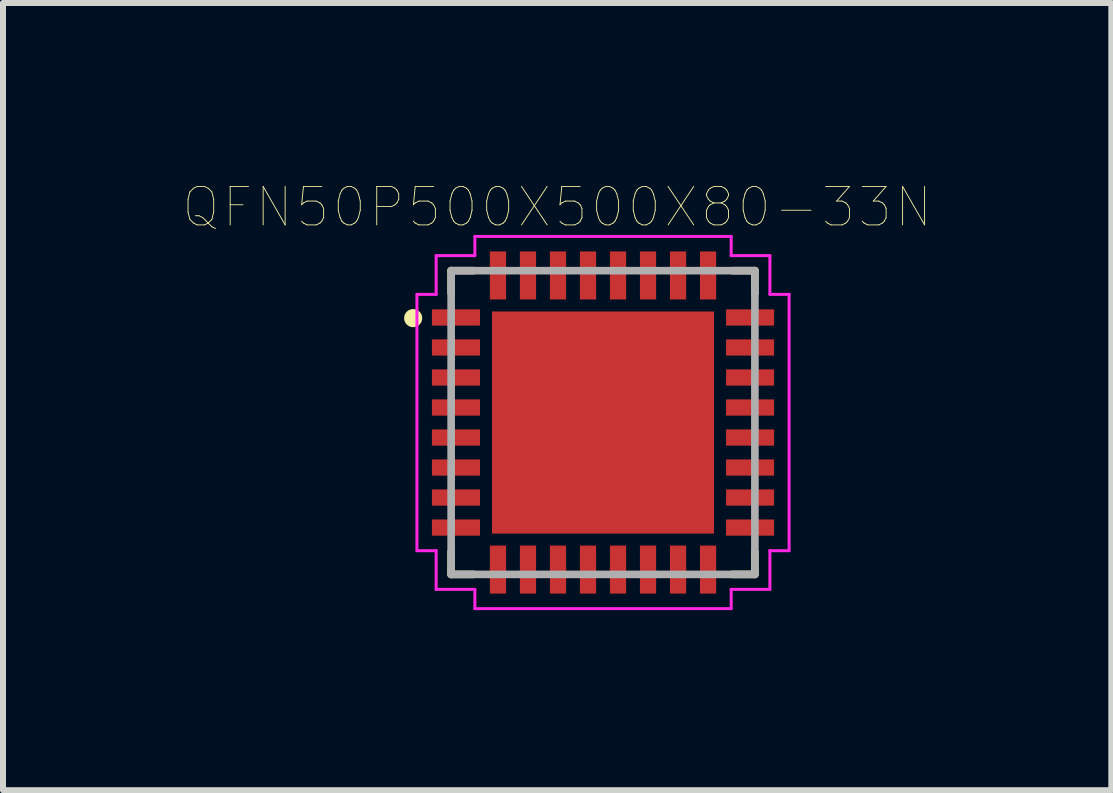
<source format=kicad_pcb>
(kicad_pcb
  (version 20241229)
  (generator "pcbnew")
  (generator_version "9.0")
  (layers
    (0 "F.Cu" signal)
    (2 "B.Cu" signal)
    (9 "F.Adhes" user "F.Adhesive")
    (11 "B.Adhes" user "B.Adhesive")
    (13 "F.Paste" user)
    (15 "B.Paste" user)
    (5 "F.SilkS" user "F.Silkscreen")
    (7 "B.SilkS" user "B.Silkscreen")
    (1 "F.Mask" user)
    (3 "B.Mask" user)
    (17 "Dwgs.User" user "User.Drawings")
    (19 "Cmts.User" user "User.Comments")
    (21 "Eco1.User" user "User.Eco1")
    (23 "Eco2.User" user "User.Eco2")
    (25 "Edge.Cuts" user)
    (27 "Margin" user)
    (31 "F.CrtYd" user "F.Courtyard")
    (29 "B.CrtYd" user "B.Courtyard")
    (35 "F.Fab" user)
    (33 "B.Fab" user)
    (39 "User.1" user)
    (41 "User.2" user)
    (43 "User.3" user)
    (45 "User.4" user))
  (footprint "QFN50P500X500X80-33N"
    (layer "F.Cu")
    (at 6.996 3.989)
    (property "Reference" "QFN50P500X500X80-33N" (at -0.763 -3.588 0) (layer "F.SilkS") (effects (font (size 0.641 0.641) (thickness 0.015))))
    (attr through_hole)
    (fp_line (start -2.53 -2.53) (end -2.156 -2.53) (stroke (width 0.127) (type solid)) (layer "F.SilkS"))
    (fp_line (start -2.53 -2.156) (end -2.53 -2.53) (stroke (width 0.127) (type solid)) (layer "F.SilkS"))
    (fp_line (start -2.53 2.53) (end -2.53 2.156) (stroke (width 0.127) (type solid)) (layer "F.SilkS"))
    (fp_line (start -2.156 2.53) (end -2.53 2.53) (stroke (width 0.127) (type solid)) (layer "F.SilkS"))
    (fp_line (start 2.156 -2.53) (end 2.53 -2.53) (stroke (width 0.127) (type solid)) (layer "F.SilkS"))
    (fp_line (start 2.53 -2.53) (end 2.53 -2.156) (stroke (width 0.127) (type solid)) (layer "F.SilkS"))
    (fp_line (start 2.53 2.156) (end 2.53 2.53) (stroke (width 0.127) (type solid)) (layer "F.SilkS"))
    (fp_line (start 2.53 2.53) (end 2.156 2.53) (stroke (width 0.127) (type solid)) (layer "F.SilkS"))
    (fp_circle (center -3.163 -1.739) (end -3.087 -1.739) (stroke (width 0.15) (type solid)) (fill no) (layer "F.SilkS"))
    (fp_poly (pts (xy -1.172 -1.17) (xy 1.17 -1.17) (xy 1.17 1.172) (xy -1.172 1.172)) (stroke (width 0.01) (type solid)) (fill yes) (layer "F.Paste"))
    (fp_line (start -3.1 -2.135) (end -2.78 -2.135) (stroke (width 0.05) (type solid)) (layer "F.CrtYd"))
    (fp_line (start -3.1 2.135) (end -3.1 -2.135) (stroke (width 0.05) (type solid)) (layer "F.CrtYd"))
    (fp_line (start -2.78 -2.78) (end -2.135 -2.78) (stroke (width 0.05) (type solid)) (layer "F.CrtYd"))
    (fp_line (start -2.78 -2.135) (end -2.78 -2.78) (stroke (width 0.05) (type solid)) (layer "F.CrtYd"))
    (fp_line (start -2.78 2.135) (end -3.1 2.135) (stroke (width 0.05) (type solid)) (layer "F.CrtYd"))
    (fp_line (start -2.78 2.78) (end -2.78 2.135) (stroke (width 0.05) (type solid)) (layer "F.CrtYd"))
    (fp_line (start -2.135 -3.1) (end 2.135 -3.1) (stroke (width 0.05) (type solid)) (layer "F.CrtYd"))
    (fp_line (start -2.135 -2.78) (end -2.135 -3.1) (stroke (width 0.05) (type solid)) (layer "F.CrtYd"))
    (fp_line (start -2.135 2.78) (end -2.78 2.78) (stroke (width 0.05) (type solid)) (layer "F.CrtYd"))
    (fp_line (start -2.135 3.1) (end -2.135 2.78) (stroke (width 0.05) (type solid)) (layer "F.CrtYd"))
    (fp_line (start 2.135 -3.1) (end 2.135 -2.78) (stroke (width 0.05) (type solid)) (layer "F.CrtYd"))
    (fp_line (start 2.135 -2.78) (end 2.78 -2.78) (stroke (width 0.05) (type solid)) (layer "F.CrtYd"))
    (fp_line (start 2.135 2.78) (end 2.135 3.1) (stroke (width 0.05) (type solid)) (layer "F.CrtYd"))
    (fp_line (start 2.135 3.1) (end -2.135 3.1) (stroke (width 0.05) (type solid)) (layer "F.CrtYd"))
    (fp_line (start 2.78 -2.78) (end 2.78 -2.135) (stroke (width 0.05) (type solid)) (layer "F.CrtYd"))
    (fp_line (start 2.78 -2.135) (end 3.1 -2.135) (stroke (width 0.05) (type solid)) (layer "F.CrtYd"))
    (fp_line (start 2.78 2.135) (end 2.78 2.78) (stroke (width 0.05) (type solid)) (layer "F.CrtYd"))
    (fp_line (start 2.78 2.78) (end 2.135 2.78) (stroke (width 0.05) (type solid)) (layer "F.CrtYd"))
    (fp_line (start 3.1 -2.135) (end 3.1 2.135) (stroke (width 0.05) (type solid)) (layer "F.CrtYd"))
    (fp_line (start 3.1 2.135) (end 2.78 2.135) (stroke (width 0.05) (type solid)) (layer "F.CrtYd"))
    (fp_line (start -2.53 -2.53) (end -2.53 2.53) (stroke (width 0.127) (type solid)) (layer "F.Fab"))
    (fp_line (start -2.53 2.53) (end 2.53 2.53) (stroke (width 0.127) (type solid)) (layer "F.Fab"))
    (fp_line (start 2.53 -2.53) (end -2.53 -2.53) (stroke (width 0.127) (type solid)) (layer "F.Fab"))
    (fp_line (start 2.53 2.53) (end 2.53 -2.53) (stroke (width 0.127) (type solid)) (layer "F.Fab"))
    (pad "1" smd rect (at -2.45 -1.75) (size 0.8 0.27) (layers "F.Cu" "F.Mask" "F.Paste"))
    (pad "2" smd rect (at -2.45 -1.25) (size 0.8 0.27) (layers "F.Cu" "F.Mask" "F.Paste"))
    (pad "3" smd rect (at -2.45 -0.75) (size 0.8 0.27) (layers "F.Cu" "F.Mask" "F.Paste"))
    (pad "4" smd rect (at -2.45 -0.25) (size 0.8 0.27) (layers "F.Cu" "F.Mask" "F.Paste"))
    (pad "5" smd rect (at -2.45 0.25) (size 0.8 0.27) (layers "F.Cu" "F.Mask" "F.Paste"))
    (pad "6" smd rect (at -2.45 0.75) (size 0.8 0.27) (layers "F.Cu" "F.Mask" "F.Paste"))
    (pad "7" smd rect (at -2.45 1.25) (size 0.8 0.27) (layers "F.Cu" "F.Mask" "F.Paste"))
    (pad "8" smd rect (at -2.45 1.75) (size 0.8 0.27) (layers "F.Cu" "F.Mask" "F.Paste"))
    (pad "9" smd rect (at -1.75 2.45) (size 0.27 0.8) (layers "F.Cu" "F.Mask" "F.Paste"))
    (pad "10" smd rect (at -1.25 2.45) (size 0.27 0.8) (layers "F.Cu" "F.Mask" "F.Paste"))
    (pad "11" smd rect (at -0.75 2.45) (size 0.27 0.8) (layers "F.Cu" "F.Mask" "F.Paste"))
    (pad "12" smd rect (at -0.25 2.45) (size 0.27 0.8) (layers "F.Cu" "F.Mask" "F.Paste"))
    (pad "13" smd rect (at 0.25 2.45) (size 0.27 0.8) (layers "F.Cu" "F.Mask" "F.Paste"))
    (pad "14" smd rect (at 0.75 2.45) (size 0.27 0.8) (layers "F.Cu" "F.Mask" "F.Paste"))
    (pad "15" smd rect (at 1.25 2.45) (size 0.27 0.8) (layers "F.Cu" "F.Mask" "F.Paste"))
    (pad "16" smd rect (at 1.75 2.45) (size 0.27 0.8) (layers "F.Cu" "F.Mask" "F.Paste"))
    (pad "17" smd rect (at 2.45 1.75) (size 0.8 0.27) (layers "F.Cu" "F.Mask" "F.Paste"))
    (pad "18" smd rect (at 2.45 1.25) (size 0.8 0.27) (layers "F.Cu" "F.Mask" "F.Paste"))
    (pad "19" smd rect (at 2.45 0.75) (size 0.8 0.27) (layers "F.Cu" "F.Mask" "F.Paste"))
    (pad "20" smd rect (at 2.45 0.25) (size 0.8 0.27) (layers "F.Cu" "F.Mask" "F.Paste"))
    (pad "21" smd rect (at 2.45 -0.25) (size 0.8 0.27) (layers "F.Cu" "F.Mask" "F.Paste"))
    (pad "22" smd rect (at 2.45 -0.75) (size 0.8 0.27) (layers "F.Cu" "F.Mask" "F.Paste"))
    (pad "23" smd rect (at 2.45 -1.25) (size 0.8 0.27) (layers "F.Cu" "F.Mask" "F.Paste"))
    (pad "24" smd rect (at 2.45 -1.75) (size 0.8 0.27) (layers "F.Cu" "F.Mask" "F.Paste"))
    (pad "25" smd rect (at 1.75 -2.45) (size 0.27 0.8) (layers "F.Cu" "F.Mask" "F.Paste"))
    (pad "26" smd rect (at 1.25 -2.45) (size 0.27 0.8) (layers "F.Cu" "F.Mask" "F.Paste"))
    (pad "27" smd rect (at 0.75 -2.45) (size 0.27 0.8) (layers "F.Cu" "F.Mask" "F.Paste"))
    (pad "28" smd rect (at 0.25 -2.45) (size 0.27 0.8) (layers "F.Cu" "F.Mask" "F.Paste"))
    (pad "29" smd rect (at -0.25 -2.45) (size 0.27 0.8) (layers "F.Cu" "F.Mask" "F.Paste"))
    (pad "30" smd rect (at -0.75 -2.45) (size 0.27 0.8) (layers "F.Cu" "F.Mask" "F.Paste"))
    (pad "31" smd rect (at -1.25 -2.45) (size 0.27 0.8) (layers "F.Cu" "F.Mask" "F.Paste"))
    (pad "32" smd rect (at -1.75 -2.45) (size 0.27 0.8) (layers "F.Cu" "F.Mask" "F.Paste"))
    (pad "33" smd rect (at 0 0) (size 3.7 3.7) (layers "F.Cu" "F.Mask")))
  (gr_rect
    (start -3 -3)
    (end 15.464 10.114)
    (stroke (width 0.1) (type default))
    (fill no)
    (layer "Edge.Cuts")))
</source>
